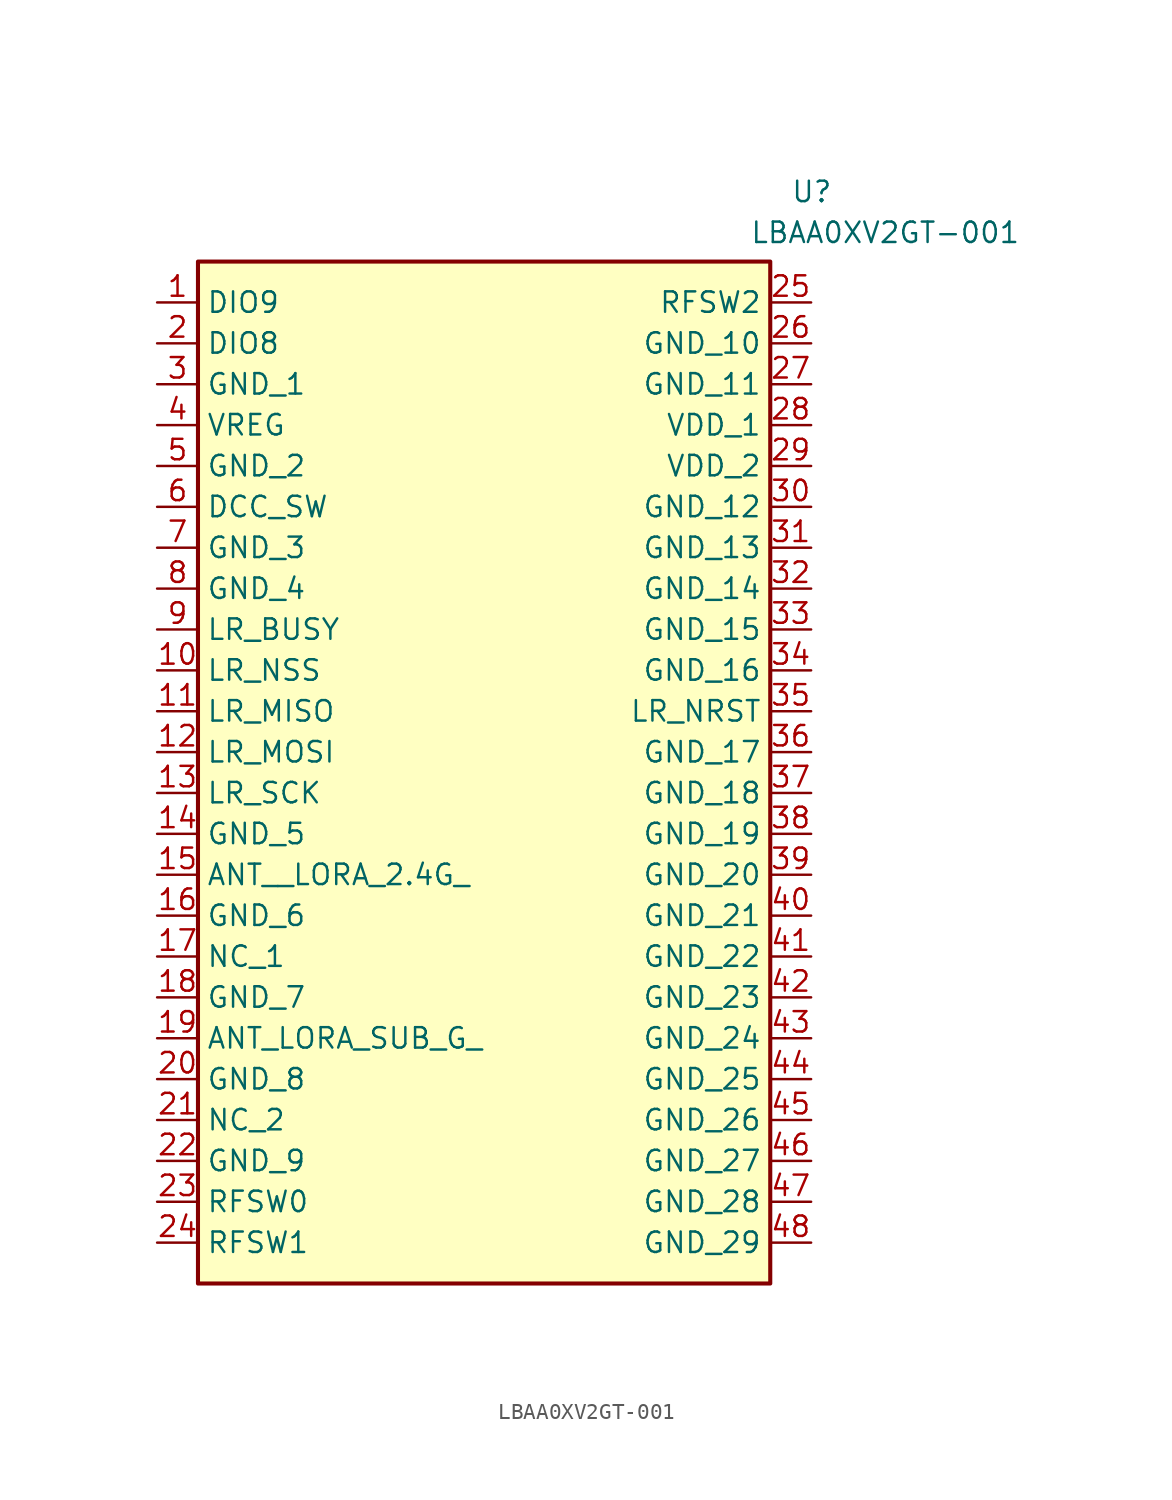
<source format=kicad_sym>
(kicad_symbol_lib
  (version 20241209)
  (generator "kicad_symbol_editor")
  (generator_version "9.0")
  (symbol "LBAA0XV2GT-001"
    (property "Reference" "U"
      (at 41.91 7.62 0)
      (effects (font (size 1.27 1.27)) (justify left top)))
    (property "Value" "LBAA0XV2GT-001"
      (at 39.37 5.08 0)
      (effects (font (size 1.27 1.27)) (justify left top)))
    (symbol "LBAA0XV2GT-001_1_1"
      (rectangle (start 5.08 2.54) (end 40.64 -60.96) (stroke (width 0.254) (type default)) (fill (type background)))
      (pin passive line (at 2.54 0 0) (length 2.54) (name "DIO9" (effects (font (size 1.27 1.27)))) (number "1" (effects (font (size 1.27 1.27)))))
      (pin passive line (at 2.54 -2.54 0) (length 2.54) (name "DIO8" (effects (font (size 1.27 1.27)))) (number "2" (effects (font (size 1.27 1.27)))))
      (pin passive line (at 2.54 -5.08 0) (length 2.54) (name "GND_1" (effects (font (size 1.27 1.27)))) (number "3" (effects (font (size 1.27 1.27)))))
      (pin passive line (at 2.54 -7.62 0) (length 2.54) (name "VREG" (effects (font (size 1.27 1.27)))) (number "4" (effects (font (size 1.27 1.27)))))
      (pin passive line (at 2.54 -10.16 0) (length 2.54) (name "GND_2" (effects (font (size 1.27 1.27)))) (number "5" (effects (font (size 1.27 1.27)))))
      (pin passive line (at 2.54 -12.7 0) (length 2.54) (name "DCC_SW" (effects (font (size 1.27 1.27)))) (number "6" (effects (font (size 1.27 1.27)))))
      (pin passive line (at 2.54 -15.24 0) (length 2.54) (name "GND_3" (effects (font (size 1.27 1.27)))) (number "7" (effects (font (size 1.27 1.27)))))
      (pin passive line (at 2.54 -17.78 0) (length 2.54) (name "GND_4" (effects (font (size 1.27 1.27)))) (number "8" (effects (font (size 1.27 1.27)))))
      (pin passive line (at 2.54 -20.32 0) (length 2.54) (name "LR_BUSY" (effects (font (size 1.27 1.27)))) (number "9" (effects (font (size 1.27 1.27)))))
      (pin passive line (at 2.54 -22.86 0) (length 2.54) (name "LR_NSS" (effects (font (size 1.27 1.27)))) (number "10" (effects (font (size 1.27 1.27)))))
      (pin passive line (at 2.54 -25.4 0) (length 2.54) (name "LR_MISO" (effects (font (size 1.27 1.27)))) (number "11" (effects (font (size 1.27 1.27)))))
      (pin passive line (at 2.54 -27.94 0) (length 2.54) (name "LR_MOSI" (effects (font (size 1.27 1.27)))) (number "12" (effects (font (size 1.27 1.27)))))
      (pin passive line (at 2.54 -30.48 0) (length 2.54) (name "LR_SCK" (effects (font (size 1.27 1.27)))) (number "13" (effects (font (size 1.27 1.27)))))
      (pin passive line (at 2.54 -33.02 0) (length 2.54) (name "GND_5" (effects (font (size 1.27 1.27)))) (number "14" (effects (font (size 1.27 1.27)))))
      (pin passive line (at 2.54 -35.56 0) (length 2.54) (name "ANT__LORA_2.4G_" (effects (font (size 1.27 1.27)))) (number "15" (effects (font (size 1.27 1.27)))))
      (pin passive line (at 2.54 -38.1 0) (length 2.54) (name "GND_6" (effects (font (size 1.27 1.27)))) (number "16" (effects (font (size 1.27 1.27)))))
      (pin passive line (at 2.54 -40.64 0) (length 2.54) (name "NC_1" (effects (font (size 1.27 1.27)))) (number "17" (effects (font (size 1.27 1.27)))))
      (pin passive line (at 2.54 -43.18 0) (length 2.54) (name "GND_7" (effects (font (size 1.27 1.27)))) (number "18" (effects (font (size 1.27 1.27)))))
      (pin passive line (at 2.54 -45.72 0) (length 2.54) (name "ANT_LORA_SUB_G_" (effects (font (size 1.27 1.27)))) (number "19" (effects (font (size 1.27 1.27)))))
      (pin passive line (at 2.54 -48.26 0) (length 2.54) (name "GND_8" (effects (font (size 1.27 1.27)))) (number "20" (effects (font (size 1.27 1.27)))))
      (pin passive line (at 2.54 -50.8 0) (length 2.54) (name "NC_2" (effects (font (size 1.27 1.27)))) (number "21" (effects (font (size 1.27 1.27)))))
      (pin passive line (at 2.54 -53.34 0) (length 2.54) (name "GND_9" (effects (font (size 1.27 1.27)))) (number "22" (effects (font (size 1.27 1.27)))))
      (pin passive line (at 2.54 -55.88 0) (length 2.54) (name "RFSW0" (effects (font (size 1.27 1.27)))) (number "23" (effects (font (size 1.27 1.27)))))
      (pin passive line (at 2.54 -58.42 0) (length 2.54) (name "RFSW1" (effects (font (size 1.27 1.27)))) (number "24" (effects (font (size 1.27 1.27)))))
      (pin passive line (at 43.18 0 180) (length 2.54) (name "RFSW2" (effects (font (size 1.27 1.27)))) (number "25" (effects (font (size 1.27 1.27)))))
      (pin passive line (at 43.18 -2.54 180) (length 2.54) (name "GND_10" (effects (font (size 1.27 1.27)))) (number "26" (effects (font (size 1.27 1.27)))))
      (pin passive line (at 43.18 -5.08 180) (length 2.54) (name "GND_11" (effects (font (size 1.27 1.27)))) (number "27" (effects (font (size 1.27 1.27)))))
      (pin passive line (at 43.18 -7.62 180) (length 2.54) (name "VDD_1" (effects (font (size 1.27 1.27)))) (number "28" (effects (font (size 1.27 1.27)))))
      (pin passive line (at 43.18 -10.16 180) (length 2.54) (name "VDD_2" (effects (font (size 1.27 1.27)))) (number "29" (effects (font (size 1.27 1.27)))))
      (pin passive line (at 43.18 -12.7 180) (length 2.54) (name "GND_12" (effects (font (size 1.27 1.27)))) (number "30" (effects (font (size 1.27 1.27)))))
      (pin passive line (at 43.18 -15.24 180) (length 2.54) (name "GND_13" (effects (font (size 1.27 1.27)))) (number "31" (effects (font (size 1.27 1.27)))))
      (pin passive line (at 43.18 -17.78 180) (length 2.54) (name "GND_14" (effects (font (size 1.27 1.27)))) (number "32" (effects (font (size 1.27 1.27)))))
      (pin passive line (at 43.18 -20.32 180) (length 2.54) (name "GND_15" (effects (font (size 1.27 1.27)))) (number "33" (effects (font (size 1.27 1.27)))))
      (pin passive line (at 43.18 -22.86 180) (length 2.54) (name "GND_16" (effects (font (size 1.27 1.27)))) (number "34" (effects (font (size 1.27 1.27)))))
      (pin passive line (at 43.18 -25.4 180) (length 2.54) (name "LR_NRST" (effects (font (size 1.27 1.27)))) (number "35" (effects (font (size 1.27 1.27)))))
      (pin passive line (at 43.18 -27.94 180) (length 2.54) (name "GND_17" (effects (font (size 1.27 1.27)))) (number "36" (effects (font (size 1.27 1.27)))))
      (pin passive line (at 43.18 -30.48 180) (length 2.54) (name "GND_18" (effects (font (size 1.27 1.27)))) (number "37" (effects (font (size 1.27 1.27)))))
      (pin passive line (at 43.18 -33.02 180) (length 2.54) (name "GND_19" (effects (font (size 1.27 1.27)))) (number "38" (effects (font (size 1.27 1.27)))))
      (pin passive line (at 43.18 -35.56 180) (length 2.54) (name "GND_20" (effects (font (size 1.27 1.27)))) (number "39" (effects (font (size 1.27 1.27)))))
      (pin passive line (at 43.18 -38.1 180) (length 2.54) (name "GND_21" (effects (font (size 1.27 1.27)))) (number "40" (effects (font (size 1.27 1.27)))))
      (pin passive line (at 43.18 -40.64 180) (length 2.54) (name "GND_22" (effects (font (size 1.27 1.27)))) (number "41" (effects (font (size 1.27 1.27)))))
      (pin passive line (at 43.18 -43.18 180) (length 2.54) (name "GND_23" (effects (font (size 1.27 1.27)))) (number "42" (effects (font (size 1.27 1.27)))))
      (pin passive line (at 43.18 -45.72 180) (length 2.54) (name "GND_24" (effects (font (size 1.27 1.27)))) (number "43" (effects (font (size 1.27 1.27)))))
      (pin passive line (at 43.18 -48.26 180) (length 2.54) (name "GND_25" (effects (font (size 1.27 1.27)))) (number "44" (effects (font (size 1.27 1.27)))))
      (pin passive line (at 43.18 -50.8 180) (length 2.54) (name "GND_26" (effects (font (size 1.27 1.27)))) (number "45" (effects (font (size 1.27 1.27)))))
      (pin passive line (at 43.18 -53.34 180) (length 2.54) (name "GND_27" (effects (font (size 1.27 1.27)))) (number "46" (effects (font (size 1.27 1.27)))))
      (pin passive line (at 43.18 -55.88 180) (length 2.54) (name "GND_28" (effects (font (size 1.27 1.27)))) (number "47" (effects (font (size 1.27 1.27)))))
      (pin passive line (at 43.18 -58.42 180) (length 2.54) (name "GND_29" (effects (font (size 1.27 1.27)))) (number "48" (effects (font (size 1.27 1.27))))))))
</source>
